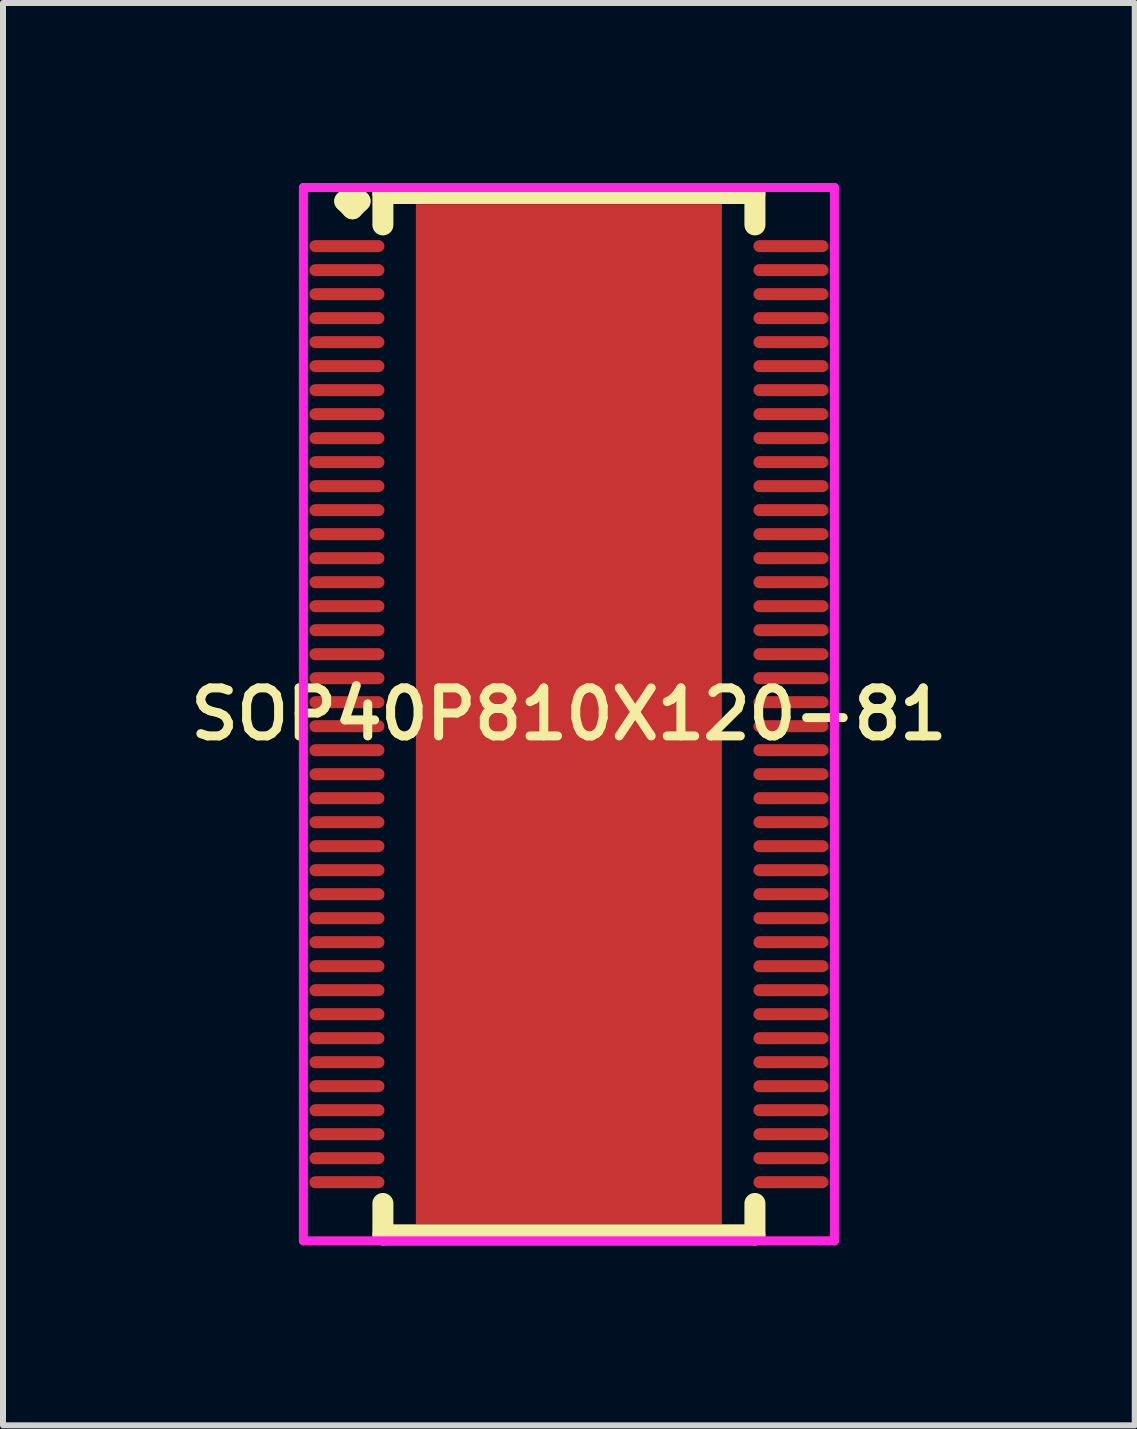
<source format=kicad_pcb>
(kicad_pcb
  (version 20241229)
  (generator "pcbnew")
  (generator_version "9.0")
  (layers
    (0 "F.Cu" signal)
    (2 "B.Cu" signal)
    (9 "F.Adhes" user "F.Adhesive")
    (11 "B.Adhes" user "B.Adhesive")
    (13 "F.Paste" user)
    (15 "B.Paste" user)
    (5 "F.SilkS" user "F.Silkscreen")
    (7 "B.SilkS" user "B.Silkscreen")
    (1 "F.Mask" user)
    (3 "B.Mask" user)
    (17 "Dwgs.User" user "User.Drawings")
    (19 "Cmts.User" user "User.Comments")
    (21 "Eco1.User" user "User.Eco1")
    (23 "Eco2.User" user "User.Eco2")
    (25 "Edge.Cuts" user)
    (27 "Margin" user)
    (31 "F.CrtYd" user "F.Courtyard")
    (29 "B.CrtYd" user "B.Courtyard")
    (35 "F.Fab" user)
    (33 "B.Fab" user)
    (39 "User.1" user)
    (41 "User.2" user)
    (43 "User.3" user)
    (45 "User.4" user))
  (footprint "SOP40P810X120-81"
    (layer "F.Cu")
    (at 6.431 8.852)
    (property "Reference" "SOP40P810X120-81" (at 0 0 0) (layer "F.SilkS") (effects (font (size 0.8 0.8) (thickness 0.15))))
    (attr smd)
    (fp_line (start -3.735 -8.55) (end -3.608 -8.677) (stroke (width 0.35) (type solid)) (layer "F.SilkS"))
    (fp_line (start -3.608 -8.677) (end -3.481 -8.55) (stroke (width 0.35) (type solid)) (layer "F.SilkS"))
    (fp_line (start -3.608 -8.423) (end -3.735 -8.55) (stroke (width 0.35) (type solid)) (layer "F.SilkS"))
    (fp_line (start -3.481 -8.55) (end -3.608 -8.423) (stroke (width 0.35) (type solid)) (layer "F.SilkS"))
    (fp_line (start -3.1 -8.677) (end 3.1 -8.677) (stroke (width 0.35) (type solid)) (layer "F.SilkS"))
    (fp_line (start -3.1 -8.154) (end -3.1 -8.677) (stroke (width 0.35) (type solid)) (layer "F.SilkS"))
    (fp_line (start -3.1 8.154) (end -3.1 8.677) (stroke (width 0.35) (type solid)) (layer "F.SilkS"))
    (fp_line (start -3.1 8.677) (end 3.1 8.677) (stroke (width 0.35) (type solid)) (layer "F.SilkS"))
    (fp_line (start 3.1 -8.677) (end 3.1 -8.154) (stroke (width 0.35) (type solid)) (layer "F.SilkS"))
    (fp_line (start 3.1 8.677) (end 3.1 8.154) (stroke (width 0.35) (type solid)) (layer "F.SilkS"))
    (fp_line (start -4.425 -8.777) (end 4.425 -8.777) (stroke (width 0.15) (type solid)) (layer "F.CrtYd"))
    (fp_line (start -4.425 8.777) (end -4.425 -8.777) (stroke (width 0.15) (type solid)) (layer "F.CrtYd"))
    (fp_line (start 4.425 -8.777) (end 4.425 8.777) (stroke (width 0.15) (type solid)) (layer "F.CrtYd"))
    (fp_line (start 4.425 8.777) (end -4.425 8.777) (stroke (width 0.15) (type solid)) (layer "F.CrtYd"))
    (pad "1" smd oval (at -3.7 -7.8) (size 1.25 0.2) (layers "F.Cu" "F.Mask" "F.Paste"))
    (pad "2" smd oval (at -3.7 -7.4) (size 1.25 0.2) (layers "F.Cu" "F.Mask" "F.Paste"))
    (pad "3" smd oval (at -3.7 -7) (size 1.25 0.2) (layers "F.Cu" "F.Mask" "F.Paste"))
    (pad "4" smd oval (at -3.7 -6.6) (size 1.25 0.2) (layers "F.Cu" "F.Mask" "F.Paste"))
    (pad "5" smd oval (at -3.7 -6.2) (size 1.25 0.2) (layers "F.Cu" "F.Mask" "F.Paste"))
    (pad "6" smd oval (at -3.7 -5.8) (size 1.25 0.2) (layers "F.Cu" "F.Mask" "F.Paste"))
    (pad "7" smd oval (at -3.7 -5.4) (size 1.25 0.2) (layers "F.Cu" "F.Mask" "F.Paste"))
    (pad "8" smd oval (at -3.7 -5) (size 1.25 0.2) (layers "F.Cu" "F.Mask" "F.Paste"))
    (pad "9" smd oval (at -3.7 -4.6) (size 1.25 0.2) (layers "F.Cu" "F.Mask" "F.Paste"))
    (pad "10" smd oval (at -3.7 -4.2) (size 1.25 0.2) (layers "F.Cu" "F.Mask" "F.Paste"))
    (pad "11" smd oval (at -3.7 -3.8) (size 1.25 0.2) (layers "F.Cu" "F.Mask" "F.Paste"))
    (pad "12" smd oval (at -3.7 -3.4) (size 1.25 0.2) (layers "F.Cu" "F.Mask" "F.Paste"))
    (pad "13" smd oval (at -3.7 -3) (size 1.25 0.2) (layers "F.Cu" "F.Mask" "F.Paste"))
    (pad "14" smd oval (at -3.7 -2.6) (size 1.25 0.2) (layers "F.Cu" "F.Mask" "F.Paste"))
    (pad "15" smd oval (at -3.7 -2.2) (size 1.25 0.2) (layers "F.Cu" "F.Mask" "F.Paste"))
    (pad "16" smd oval (at -3.7 -1.8) (size 1.25 0.2) (layers "F.Cu" "F.Mask" "F.Paste"))
    (pad "17" smd oval (at -3.7 -1.4) (size 1.25 0.2) (layers "F.Cu" "F.Mask" "F.Paste"))
    (pad "18" smd oval (at -3.7 -1) (size 1.25 0.2) (layers "F.Cu" "F.Mask" "F.Paste"))
    (pad "19" smd oval (at -3.7 -0.6) (size 1.25 0.2) (layers "F.Cu" "F.Mask" "F.Paste"))
    (pad "20" smd oval (at -3.7 -0.2) (size 1.25 0.2) (layers "F.Cu" "F.Mask" "F.Paste"))
    (pad "21" smd oval (at -3.7 0.2) (size 1.25 0.2) (layers "F.Cu" "F.Mask" "F.Paste"))
    (pad "22" smd oval (at -3.7 0.6) (size 1.25 0.2) (layers "F.Cu" "F.Mask" "F.Paste"))
    (pad "23" smd oval (at -3.7 1) (size 1.25 0.2) (layers "F.Cu" "F.Mask" "F.Paste"))
    (pad "24" smd oval (at -3.7 1.4) (size 1.25 0.2) (layers "F.Cu" "F.Mask" "F.Paste"))
    (pad "25" smd oval (at -3.7 1.8) (size 1.25 0.2) (layers "F.Cu" "F.Mask" "F.Paste"))
    (pad "26" smd oval (at -3.7 2.2) (size 1.25 0.2) (layers "F.Cu" "F.Mask" "F.Paste"))
    (pad "27" smd oval (at -3.7 2.6) (size 1.25 0.2) (layers "F.Cu" "F.Mask" "F.Paste"))
    (pad "28" smd oval (at -3.7 3) (size 1.25 0.2) (layers "F.Cu" "F.Mask" "F.Paste"))
    (pad "29" smd oval (at -3.7 3.4) (size 1.25 0.2) (layers "F.Cu" "F.Mask" "F.Paste"))
    (pad "30" smd oval (at -3.7 3.8) (size 1.25 0.2) (layers "F.Cu" "F.Mask" "F.Paste"))
    (pad "31" smd oval (at -3.7 4.2) (size 1.25 0.2) (layers "F.Cu" "F.Mask" "F.Paste"))
    (pad "32" smd oval (at -3.7 4.6) (size 1.25 0.2) (layers "F.Cu" "F.Mask" "F.Paste"))
    (pad "33" smd oval (at -3.7 5) (size 1.25 0.2) (layers "F.Cu" "F.Mask" "F.Paste"))
    (pad "34" smd oval (at -3.7 5.4) (size 1.25 0.2) (layers "F.Cu" "F.Mask" "F.Paste"))
    (pad "35" smd oval (at -3.7 5.8) (size 1.25 0.2) (layers "F.Cu" "F.Mask" "F.Paste"))
    (pad "36" smd oval (at -3.7 6.2) (size 1.25 0.2) (layers "F.Cu" "F.Mask" "F.Paste"))
    (pad "37" smd oval (at -3.7 6.6) (size 1.25 0.2) (layers "F.Cu" "F.Mask" "F.Paste"))
    (pad "38" smd oval (at -3.7 7) (size 1.25 0.2) (layers "F.Cu" "F.Mask" "F.Paste"))
    (pad "39" smd oval (at -3.7 7.4) (size 1.25 0.2) (layers "F.Cu" "F.Mask" "F.Paste"))
    (pad "40" smd oval (at -3.7 7.8) (size 1.25 0.2) (layers "F.Cu" "F.Mask" "F.Paste"))
    (pad "41" smd oval (at 3.7 7.8) (size 1.25 0.2) (layers "F.Cu" "F.Mask" "F.Paste"))
    (pad "42" smd oval (at 3.7 7.4) (size 1.25 0.2) (layers "F.Cu" "F.Mask" "F.Paste"))
    (pad "43" smd oval (at 3.7 7) (size 1.25 0.2) (layers "F.Cu" "F.Mask" "F.Paste"))
    (pad "44" smd oval (at 3.7 6.6) (size 1.25 0.2) (layers "F.Cu" "F.Mask" "F.Paste"))
    (pad "45" smd oval (at 3.7 6.2) (size 1.25 0.2) (layers "F.Cu" "F.Mask" "F.Paste"))
    (pad "46" smd oval (at 3.7 5.8) (size 1.25 0.2) (layers "F.Cu" "F.Mask" "F.Paste"))
    (pad "47" smd oval (at 3.7 5.4) (size 1.25 0.2) (layers "F.Cu" "F.Mask" "F.Paste"))
    (pad "48" smd oval (at 3.7 5) (size 1.25 0.2) (layers "F.Cu" "F.Mask" "F.Paste"))
    (pad "49" smd oval (at 3.7 4.6) (size 1.25 0.2) (layers "F.Cu" "F.Mask" "F.Paste"))
    (pad "50" smd oval (at 3.7 4.2) (size 1.25 0.2) (layers "F.Cu" "F.Mask" "F.Paste"))
    (pad "51" smd oval (at 3.7 3.8) (size 1.25 0.2) (layers "F.Cu" "F.Mask" "F.Paste"))
    (pad "52" smd oval (at 3.7 3.4) (size 1.25 0.2) (layers "F.Cu" "F.Mask" "F.Paste"))
    (pad "53" smd oval (at 3.7 3) (size 1.25 0.2) (layers "F.Cu" "F.Mask" "F.Paste"))
    (pad "54" smd oval (at 3.7 2.6) (size 1.25 0.2) (layers "F.Cu" "F.Mask" "F.Paste"))
    (pad "55" smd oval (at 3.7 2.2) (size 1.25 0.2) (layers "F.Cu" "F.Mask" "F.Paste"))
    (pad "56" smd oval (at 3.7 1.8) (size 1.25 0.2) (layers "F.Cu" "F.Mask" "F.Paste"))
    (pad "57" smd oval (at 3.7 1.4) (size 1.25 0.2) (layers "F.Cu" "F.Mask" "F.Paste"))
    (pad "58" smd oval (at 3.7 1) (size 1.25 0.2) (layers "F.Cu" "F.Mask" "F.Paste"))
    (pad "59" smd oval (at 3.7 0.6) (size 1.25 0.2) (layers "F.Cu" "F.Mask" "F.Paste"))
    (pad "60" smd oval (at 3.7 0.2) (size 1.25 0.2) (layers "F.Cu" "F.Mask" "F.Paste"))
    (pad "61" smd oval (at 3.7 -0.2) (size 1.25 0.2) (layers "F.Cu" "F.Mask" "F.Paste"))
    (pad "62" smd oval (at 3.7 -0.6) (size 1.25 0.2) (layers "F.Cu" "F.Mask" "F.Paste"))
    (pad "63" smd oval (at 3.7 -1) (size 1.25 0.2) (layers "F.Cu" "F.Mask" "F.Paste"))
    (pad "64" smd oval (at 3.7 -1.4) (size 1.25 0.2) (layers "F.Cu" "F.Mask" "F.Paste"))
    (pad "65" smd oval (at 3.7 -1.8) (size 1.25 0.2) (layers "F.Cu" "F.Mask" "F.Paste"))
    (pad "66" smd oval (at 3.7 -2.2) (size 1.25 0.2) (layers "F.Cu" "F.Mask" "F.Paste"))
    (pad "67" smd oval (at 3.7 -2.6) (size 1.25 0.2) (layers "F.Cu" "F.Mask" "F.Paste"))
    (pad "68" smd oval (at 3.7 -3) (size 1.25 0.2) (layers "F.Cu" "F.Mask" "F.Paste"))
    (pad "69" smd oval (at 3.7 -3.4) (size 1.25 0.2) (layers "F.Cu" "F.Mask" "F.Paste"))
    (pad "70" smd oval (at 3.7 -3.8) (size 1.25 0.2) (layers "F.Cu" "F.Mask" "F.Paste"))
    (pad "71" smd oval (at 3.7 -4.2) (size 1.25 0.2) (layers "F.Cu" "F.Mask" "F.Paste"))
    (pad "72" smd oval (at 3.7 -4.6) (size 1.25 0.2) (layers "F.Cu" "F.Mask" "F.Paste"))
    (pad "73" smd oval (at 3.7 -5) (size 1.25 0.2) (layers "F.Cu" "F.Mask" "F.Paste"))
    (pad "74" smd oval (at 3.7 -5.4) (size 1.25 0.2) (layers "F.Cu" "F.Mask" "F.Paste"))
    (pad "75" smd oval (at 3.7 -5.8) (size 1.25 0.2) (layers "F.Cu" "F.Mask" "F.Paste"))
    (pad "76" smd oval (at 3.7 -6.2) (size 1.25 0.2) (layers "F.Cu" "F.Mask" "F.Paste"))
    (pad "77" smd oval (at 3.7 -6.6) (size 1.25 0.2) (layers "F.Cu" "F.Mask" "F.Paste"))
    (pad "78" smd oval (at 3.7 -7) (size 1.25 0.2) (layers "F.Cu" "F.Mask" "F.Paste"))
    (pad "79" smd oval (at 3.7 -7.4) (size 1.25 0.2) (layers "F.Cu" "F.Mask" "F.Paste"))
    (pad "80" smd oval (at 3.7 -7.8) (size 1.25 0.2) (layers "F.Cu" "F.Mask" "F.Paste"))
    (pad "81" smd rect (at 0 0) (size 5.1 17) (layers "F.Cu" "F.Mask" "F.Paste")))
  (gr_rect
    (start -3 -3)
    (end 15.861 20.704)
    (stroke (width 0.1) (type default))
    (fill no)
    (layer "Edge.Cuts")))
</source>
